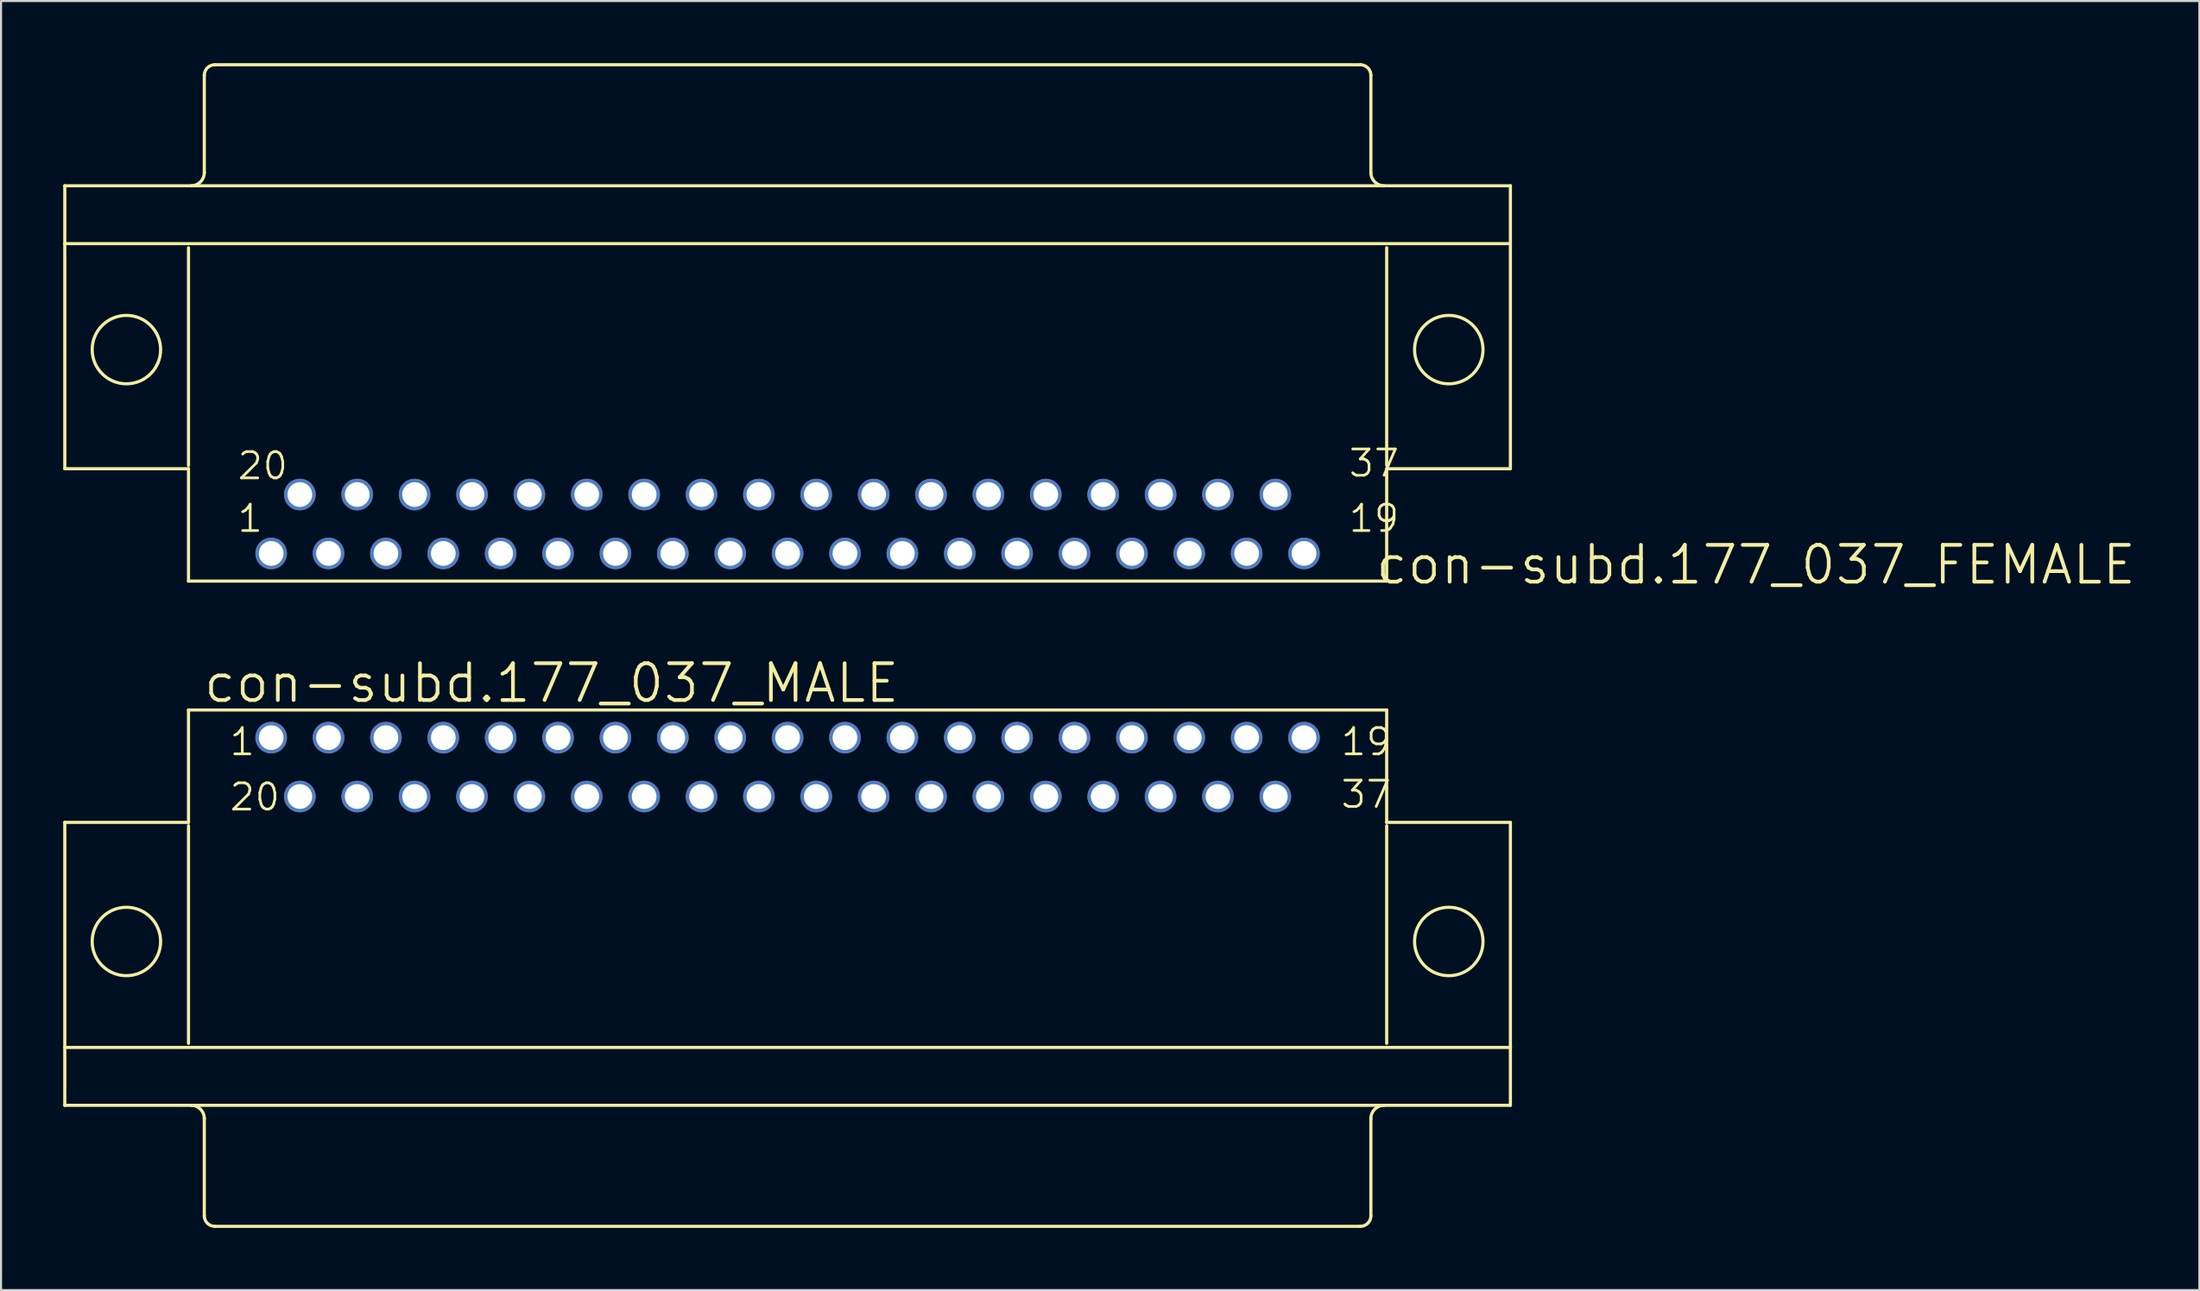
<source format=kicad_pcb>
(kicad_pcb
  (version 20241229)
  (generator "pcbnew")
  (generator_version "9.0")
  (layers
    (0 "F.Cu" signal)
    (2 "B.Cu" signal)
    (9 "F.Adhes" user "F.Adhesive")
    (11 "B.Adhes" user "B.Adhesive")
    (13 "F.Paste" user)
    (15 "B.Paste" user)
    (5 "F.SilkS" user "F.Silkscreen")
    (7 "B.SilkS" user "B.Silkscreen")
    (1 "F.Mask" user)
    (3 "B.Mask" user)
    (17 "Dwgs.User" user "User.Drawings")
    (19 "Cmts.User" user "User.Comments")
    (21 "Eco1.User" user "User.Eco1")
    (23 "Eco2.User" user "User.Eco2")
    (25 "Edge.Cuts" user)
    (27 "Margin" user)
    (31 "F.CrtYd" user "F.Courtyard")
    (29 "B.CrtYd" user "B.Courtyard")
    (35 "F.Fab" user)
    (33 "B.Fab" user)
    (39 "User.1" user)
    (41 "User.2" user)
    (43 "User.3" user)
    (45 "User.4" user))
  (footprint "con-subd.177_037_FEMALE"
    (layer "F.Cu")
    (at 34.95 13.827)
    (property "Reference" "con-subd.177_037_FEMALE" (at 28.27 11.43 180) (layer "F.SilkS") (effects (font (size 1.778 1.778) (thickness 0.18)) (justify left bottom)))
    (attr through_hole)
    (fp_line (start -34.874 -7.909) (end 34.874 -7.909) (stroke (width 0.152) (type default)) (layer "F.SilkS"))
    (fp_line (start -34.874 -5.115) (end -34.874 -7.909) (stroke (width 0.152) (type default)) (layer "F.SilkS"))
    (fp_line (start -34.874 -5.115) (end 34.874 -5.115) (stroke (width 0.152) (type default)) (layer "F.SilkS"))
    (fp_line (start -34.874 5.75) (end -34.874 -5.115) (stroke (width 0.152) (type default)) (layer "F.SilkS"))
    (fp_line (start -34.874 5.75) (end -28.905 5.75) (stroke (width 0.152) (type default)) (layer "F.SilkS"))
    (fp_line (start -28.905 -4.918) (end -28.905 5.587) (stroke (width 0.152) (type default)) (layer "F.SilkS"))
    (fp_line (start -28.905 5.75) (end -28.905 11.175) (stroke (width 0.152) (type default)) (layer "F.SilkS"))
    (fp_line (start -28.905 11.175) (end 28.905 11.175) (stroke (width 0.152) (type default)) (layer "F.SilkS"))
    (fp_line (start -28.143 -8.544) (end -28.143 -13.243) (stroke (width 0.152) (type default)) (layer "F.SilkS"))
    (fp_line (start -27.635 -13.751) (end 27.635 -13.751) (stroke (width 0.152) (type default)) (layer "F.SilkS"))
    (fp_line (start 28.143 -8.544) (end 28.143 -13.243) (stroke (width 0.152) (type default)) (layer "F.SilkS"))
    (fp_line (start 28.905 5.587) (end 28.905 -4.918) (stroke (width 0.152) (type default)) (layer "F.SilkS"))
    (fp_line (start 28.905 5.75) (end 34.874 5.75) (stroke (width 0.152) (type default)) (layer "F.SilkS"))
    (fp_line (start 28.905 11.175) (end 28.905 5.75) (stroke (width 0.152) (type default)) (layer "F.SilkS"))
    (fp_line (start 34.874 5.75) (end 34.874 -7.909) (stroke (width 0.152) (type default)) (layer "F.SilkS"))
    (fp_arc (start -28.1432 -13.243) (mid -27.99441 -13.60221) (end -27.6352 -13.751) (stroke (width 0.1524) (type default)) (layer "F.SilkS"))
    (fp_arc (start -28.1432 -8.544) (mid -28.329187 -8.094987) (end -28.7782 -7.909) (stroke (width 0.1524) (type default)) (layer "F.SilkS"))
    (fp_arc (start 27.6352 -13.751) (mid 27.99441 -13.60221) (end 28.1432 -13.243) (stroke (width 0.1524) (type default)) (layer "F.SilkS"))
    (fp_arc (start 28.7782 -7.909) (mid 28.329187 -8.094987) (end 28.1432 -8.544) (stroke (width 0.1524) (type default)) (layer "F.SilkS"))
    (fp_circle (center -31.902 0) (end -30.251 0) (stroke (width 0.152) (type default)) (fill no) (layer "F.SilkS"))
    (fp_circle (center 31.902 0) (end 33.553 0) (stroke (width 0.152) (type default)) (fill no) (layer "F.SilkS"))
    (fp_text user "20" (at -26.619 6.355 180) (layer "F.SilkS") (effects (font (size 1.27 1.27) (thickness 0.13)) (justify left bottom)))
    (fp_text user "1" (at -26.619 8.895 180) (layer "F.SilkS") (effects (font (size 1.27 1.27) (thickness 0.13)) (justify left bottom)))
    (fp_text user "19" (at 27 8.895 180) (layer "F.SilkS") (effects (font (size 1.27 1.27) (thickness 0.13)) (justify left bottom)))
    (fp_text user "37" (at 27 6.228 180) (layer "F.SilkS") (effects (font (size 1.27 1.27) (thickness 0.13)) (justify left bottom)))
    (pad "1" thru_hole circle (at -24.917 9.84) (size 1.524 1.524) (drill 1.194) (layers "*.Cu" "*.Mask"))
    (pad "2" thru_hole circle (at -22.149 9.84) (size 1.524 1.524) (drill 1.194) (layers "*.Cu" "*.Mask"))
    (pad "3" thru_hole circle (at -19.38 9.84) (size 1.524 1.524) (drill 1.194) (layers "*.Cu" "*.Mask"))
    (pad "4" thru_hole circle (at -16.612 9.84) (size 1.524 1.524) (drill 1.194) (layers "*.Cu" "*.Mask"))
    (pad "5" thru_hole circle (at -13.843 9.84) (size 1.524 1.524) (drill 1.194) (layers "*.Cu" "*.Mask"))
    (pad "6" thru_hole circle (at -11.074 9.84) (size 1.524 1.524) (drill 1.194) (layers "*.Cu" "*.Mask"))
    (pad "7" thru_hole circle (at -8.306 9.84) (size 1.524 1.524) (drill 1.194) (layers "*.Cu" "*.Mask"))
    (pad "8" thru_hole circle (at -5.537 9.84) (size 1.524 1.524) (drill 1.194) (layers "*.Cu" "*.Mask"))
    (pad "9" thru_hole circle (at -2.769 9.84) (size 1.524 1.524) (drill 1.194) (layers "*.Cu" "*.Mask"))
    (pad "10" thru_hole circle (at 0 9.84) (size 1.524 1.524) (drill 1.194) (layers "*.Cu" "*.Mask"))
    (pad "11" thru_hole circle (at 2.769 9.84) (size 1.524 1.524) (drill 1.194) (layers "*.Cu" "*.Mask"))
    (pad "12" thru_hole circle (at 5.537 9.84) (size 1.524 1.524) (drill 1.194) (layers "*.Cu" "*.Mask"))
    (pad "13" thru_hole circle (at 8.306 9.84) (size 1.524 1.524) (drill 1.194) (layers "*.Cu" "*.Mask"))
    (pad "14" thru_hole circle (at 11.074 9.84) (size 1.524 1.524) (drill 1.194) (layers "*.Cu" "*.Mask"))
    (pad "15" thru_hole circle (at 13.843 9.84) (size 1.524 1.524) (drill 1.194) (layers "*.Cu" "*.Mask"))
    (pad "16" thru_hole circle (at 16.612 9.84) (size 1.524 1.524) (drill 1.194) (layers "*.Cu" "*.Mask"))
    (pad "17" thru_hole circle (at 19.38 9.84) (size 1.524 1.524) (drill 1.194) (layers "*.Cu" "*.Mask"))
    (pad "18" thru_hole circle (at 22.149 9.84) (size 1.524 1.524) (drill 1.194) (layers "*.Cu" "*.Mask"))
    (pad "19" thru_hole circle (at 24.917 9.84) (size 1.524 1.524) (drill 1.194) (layers "*.Cu" "*.Mask"))
    (pad "20" thru_hole circle (at -23.533 6.997) (size 1.524 1.524) (drill 1.194) (layers "*.Cu" "*.Mask"))
    (pad "21" thru_hole circle (at -20.765 6.997) (size 1.524 1.524) (drill 1.194) (layers "*.Cu" "*.Mask"))
    (pad "22" thru_hole circle (at -17.996 6.997) (size 1.524 1.524) (drill 1.194) (layers "*.Cu" "*.Mask"))
    (pad "23" thru_hole circle (at -15.227 6.997) (size 1.524 1.524) (drill 1.194) (layers "*.Cu" "*.Mask"))
    (pad "24" thru_hole circle (at -12.459 6.997) (size 1.524 1.524) (drill 1.194) (layers "*.Cu" "*.Mask"))
    (pad "25" thru_hole circle (at -9.69 6.997) (size 1.524 1.524) (drill 1.194) (layers "*.Cu" "*.Mask"))
    (pad "26" thru_hole circle (at -6.921 6.997) (size 1.524 1.524) (drill 1.194) (layers "*.Cu" "*.Mask"))
    (pad "27" thru_hole circle (at -4.153 6.997) (size 1.524 1.524) (drill 1.194) (layers "*.Cu" "*.Mask"))
    (pad "28" thru_hole circle (at -1.384 6.997) (size 1.524 1.524) (drill 1.194) (layers "*.Cu" "*.Mask"))
    (pad "29" thru_hole circle (at 1.384 6.997) (size 1.524 1.524) (drill 1.194) (layers "*.Cu" "*.Mask"))
    (pad "30" thru_hole circle (at 4.153 6.997) (size 1.524 1.524) (drill 1.194) (layers "*.Cu" "*.Mask"))
    (pad "31" thru_hole circle (at 6.921 6.997) (size 1.524 1.524) (drill 1.194) (layers "*.Cu" "*.Mask"))
    (pad "32" thru_hole circle (at 9.69 6.997) (size 1.524 1.524) (drill 1.194) (layers "*.Cu" "*.Mask"))
    (pad "33" thru_hole circle (at 12.459 6.997) (size 1.524 1.524) (drill 1.194) (layers "*.Cu" "*.Mask"))
    (pad "34" thru_hole circle (at 15.227 6.997) (size 1.524 1.524) (drill 1.194) (layers "*.Cu" "*.Mask"))
    (pad "35" thru_hole circle (at 17.996 6.997) (size 1.524 1.524) (drill 1.194) (layers "*.Cu" "*.Mask"))
    (pad "36" thru_hole circle (at 20.765 6.997) (size 1.524 1.524) (drill 1.194) (layers "*.Cu" "*.Mask"))
    (pad "37" thru_hole circle (at 23.533 6.997) (size 1.524 1.524) (drill 1.194) (layers "*.Cu" "*.Mask")))
  (footprint "con-subd.177_037_MALE"
    (layer "F.Cu")
    (at 34.95 42.399)
    (property "Reference" "con-subd.177_037_MALE" (at -28.27 -11.43 0) (layer "F.SilkS") (effects (font (size 1.778 1.778) (thickness 0.18)) (justify left bottom)))
    (attr through_hole)
    (fp_line (start -34.874 -5.75) (end -34.874 7.909) (stroke (width 0.152) (type default)) (layer "F.SilkS"))
    (fp_line (start -28.905 -11.175) (end -28.905 -5.75) (stroke (width 0.152) (type default)) (layer "F.SilkS"))
    (fp_line (start -28.905 -5.75) (end -34.874 -5.75) (stroke (width 0.152) (type default)) (layer "F.SilkS"))
    (fp_line (start -28.905 -5.587) (end -28.905 4.918) (stroke (width 0.152) (type default)) (layer "F.SilkS"))
    (fp_line (start -28.143 8.544) (end -28.143 13.243) (stroke (width 0.152) (type default)) (layer "F.SilkS"))
    (fp_line (start 27.635 13.751) (end -27.635 13.751) (stroke (width 0.152) (type default)) (layer "F.SilkS"))
    (fp_line (start 28.143 8.544) (end 28.143 13.243) (stroke (width 0.152) (type default)) (layer "F.SilkS"))
    (fp_line (start 28.905 -11.175) (end -28.905 -11.175) (stroke (width 0.152) (type default)) (layer "F.SilkS"))
    (fp_line (start 28.905 -5.75) (end 28.905 -11.175) (stroke (width 0.152) (type default)) (layer "F.SilkS"))
    (fp_line (start 28.905 4.918) (end 28.905 -5.587) (stroke (width 0.152) (type default)) (layer "F.SilkS"))
    (fp_line (start 34.874 -5.75) (end 28.905 -5.75) (stroke (width 0.152) (type default)) (layer "F.SilkS"))
    (fp_line (start 34.874 -5.75) (end 34.874 5.115) (stroke (width 0.152) (type default)) (layer "F.SilkS"))
    (fp_line (start 34.874 5.115) (end -34.874 5.115) (stroke (width 0.152) (type default)) (layer "F.SilkS"))
    (fp_line (start 34.874 5.115) (end 34.874 7.909) (stroke (width 0.152) (type default)) (layer "F.SilkS"))
    (fp_line (start 34.874 7.909) (end -34.874 7.909) (stroke (width 0.152) (type default)) (layer "F.SilkS"))
    (fp_arc (start -28.7782 7.909) (mid -28.329187 8.094987) (end -28.1432 8.544) (stroke (width 0.1524) (type default)) (layer "F.SilkS"))
    (fp_arc (start -27.6352 13.751) (mid -27.99441 13.60221) (end -28.1432 13.243) (stroke (width 0.1524) (type default)) (layer "F.SilkS"))
    (fp_arc (start 28.1432 8.544) (mid 28.329187 8.094987) (end 28.7782 7.909) (stroke (width 0.1524) (type default)) (layer "F.SilkS"))
    (fp_arc (start 28.1432 13.243) (mid 27.99441 13.60221) (end 27.6352 13.751) (stroke (width 0.1524) (type default)) (layer "F.SilkS"))
    (fp_circle (center -31.902 0) (end -30.251 0) (stroke (width 0.152) (type default)) (fill no) (layer "F.SilkS"))
    (fp_circle (center 31.902 0) (end 33.553 0) (stroke (width 0.152) (type default)) (fill no) (layer "F.SilkS"))
    (fp_text user "20" (at -27 -6.228 0) (layer "F.SilkS") (effects (font (size 1.27 1.27) (thickness 0.13)) (justify left bottom)))
    (fp_text user "37" (at 26.619 -6.355 0) (layer "F.SilkS") (effects (font (size 1.27 1.27) (thickness 0.13)) (justify left bottom)))
    (fp_text user "19" (at 26.619 -8.895 0) (layer "F.SilkS") (effects (font (size 1.27 1.27) (thickness 0.13)) (justify left bottom)))
    (fp_text user "1" (at -27 -8.895 0) (layer "F.SilkS") (effects (font (size 1.27 1.27) (thickness 0.13)) (justify left bottom)))
    (pad "1" thru_hole circle (at -24.917 -9.84) (size 1.524 1.524) (drill 1.194) (layers "*.Cu" "*.Mask"))
    (pad "2" thru_hole circle (at -22.149 -9.84) (size 1.524 1.524) (drill 1.194) (layers "*.Cu" "*.Mask"))
    (pad "3" thru_hole circle (at -19.38 -9.84) (size 1.524 1.524) (drill 1.194) (layers "*.Cu" "*.Mask"))
    (pad "4" thru_hole circle (at -16.612 -9.84) (size 1.524 1.524) (drill 1.194) (layers "*.Cu" "*.Mask"))
    (pad "5" thru_hole circle (at -13.843 -9.84) (size 1.524 1.524) (drill 1.194) (layers "*.Cu" "*.Mask"))
    (pad "6" thru_hole circle (at -11.074 -9.84) (size 1.524 1.524) (drill 1.194) (layers "*.Cu" "*.Mask"))
    (pad "7" thru_hole circle (at -8.306 -9.84) (size 1.524 1.524) (drill 1.194) (layers "*.Cu" "*.Mask"))
    (pad "8" thru_hole circle (at -5.537 -9.84) (size 1.524 1.524) (drill 1.194) (layers "*.Cu" "*.Mask"))
    (pad "9" thru_hole circle (at -2.769 -9.84) (size 1.524 1.524) (drill 1.194) (layers "*.Cu" "*.Mask"))
    (pad "10" thru_hole circle (at 0 -9.84) (size 1.524 1.524) (drill 1.194) (layers "*.Cu" "*.Mask"))
    (pad "11" thru_hole circle (at 2.769 -9.84) (size 1.524 1.524) (drill 1.194) (layers "*.Cu" "*.Mask"))
    (pad "12" thru_hole circle (at 5.537 -9.84) (size 1.524 1.524) (drill 1.194) (layers "*.Cu" "*.Mask"))
    (pad "13" thru_hole circle (at 8.306 -9.84) (size 1.524 1.524) (drill 1.194) (layers "*.Cu" "*.Mask"))
    (pad "14" thru_hole circle (at 11.074 -9.84) (size 1.524 1.524) (drill 1.194) (layers "*.Cu" "*.Mask"))
    (pad "15" thru_hole circle (at 13.843 -9.84) (size 1.524 1.524) (drill 1.194) (layers "*.Cu" "*.Mask"))
    (pad "16" thru_hole circle (at 16.612 -9.84) (size 1.524 1.524) (drill 1.194) (layers "*.Cu" "*.Mask"))
    (pad "17" thru_hole circle (at 19.38 -9.84) (size 1.524 1.524) (drill 1.194) (layers "*.Cu" "*.Mask"))
    (pad "18" thru_hole circle (at 22.149 -9.84) (size 1.524 1.524) (drill 1.194) (layers "*.Cu" "*.Mask"))
    (pad "19" thru_hole circle (at 24.917 -9.84) (size 1.524 1.524) (drill 1.194) (layers "*.Cu" "*.Mask"))
    (pad "20" thru_hole circle (at -23.533 -6.997) (size 1.524 1.524) (drill 1.194) (layers "*.Cu" "*.Mask"))
    (pad "21" thru_hole circle (at -20.765 -6.997) (size 1.524 1.524) (drill 1.194) (layers "*.Cu" "*.Mask"))
    (pad "22" thru_hole circle (at -17.996 -6.997) (size 1.524 1.524) (drill 1.194) (layers "*.Cu" "*.Mask"))
    (pad "23" thru_hole circle (at -15.227 -6.997) (size 1.524 1.524) (drill 1.194) (layers "*.Cu" "*.Mask"))
    (pad "24" thru_hole circle (at -12.459 -6.997) (size 1.524 1.524) (drill 1.194) (layers "*.Cu" "*.Mask"))
    (pad "25" thru_hole circle (at -9.69 -6.997) (size 1.524 1.524) (drill 1.194) (layers "*.Cu" "*.Mask"))
    (pad "26" thru_hole circle (at -6.921 -6.997) (size 1.524 1.524) (drill 1.194) (layers "*.Cu" "*.Mask"))
    (pad "27" thru_hole circle (at -4.153 -6.997) (size 1.524 1.524) (drill 1.194) (layers "*.Cu" "*.Mask"))
    (pad "28" thru_hole circle (at -1.384 -6.997) (size 1.524 1.524) (drill 1.194) (layers "*.Cu" "*.Mask"))
    (pad "29" thru_hole circle (at 1.384 -6.997) (size 1.524 1.524) (drill 1.194) (layers "*.Cu" "*.Mask"))
    (pad "30" thru_hole circle (at 4.153 -6.997) (size 1.524 1.524) (drill 1.194) (layers "*.Cu" "*.Mask"))
    (pad "31" thru_hole circle (at 6.921 -6.997) (size 1.524 1.524) (drill 1.194) (layers "*.Cu" "*.Mask"))
    (pad "32" thru_hole circle (at 9.69 -6.997) (size 1.524 1.524) (drill 1.194) (layers "*.Cu" "*.Mask"))
    (pad "33" thru_hole circle (at 12.459 -6.997) (size 1.524 1.524) (drill 1.194) (layers "*.Cu" "*.Mask"))
    (pad "34" thru_hole circle (at 15.227 -6.997) (size 1.524 1.524) (drill 1.194) (layers "*.Cu" "*.Mask"))
    (pad "35" thru_hole circle (at 17.996 -6.997) (size 1.524 1.524) (drill 1.194) (layers "*.Cu" "*.Mask"))
    (pad "36" thru_hole circle (at 20.765 -6.997) (size 1.524 1.524) (drill 1.194) (layers "*.Cu" "*.Mask"))
    (pad "37" thru_hole circle (at 23.533 -6.997) (size 1.524 1.524) (drill 1.194) (layers "*.Cu" "*.Mask")))
  (gr_rect
    (start -3 -3)
    (end 103.066 59.226)
    (stroke (width 0.1) (type default))
    (fill no)
    (layer "Edge.Cuts")))
</source>
